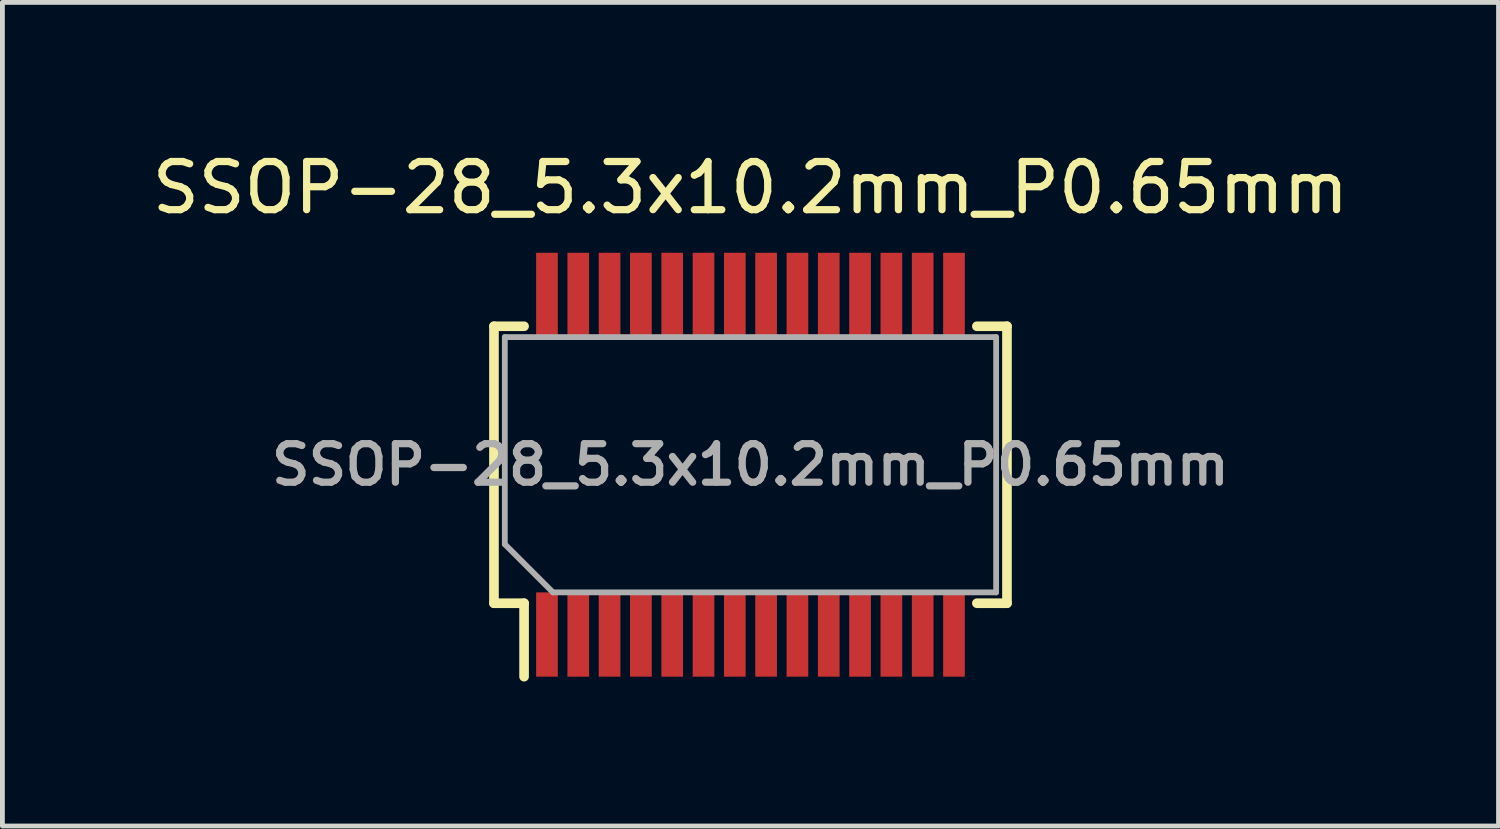
<source format=kicad_pcb>
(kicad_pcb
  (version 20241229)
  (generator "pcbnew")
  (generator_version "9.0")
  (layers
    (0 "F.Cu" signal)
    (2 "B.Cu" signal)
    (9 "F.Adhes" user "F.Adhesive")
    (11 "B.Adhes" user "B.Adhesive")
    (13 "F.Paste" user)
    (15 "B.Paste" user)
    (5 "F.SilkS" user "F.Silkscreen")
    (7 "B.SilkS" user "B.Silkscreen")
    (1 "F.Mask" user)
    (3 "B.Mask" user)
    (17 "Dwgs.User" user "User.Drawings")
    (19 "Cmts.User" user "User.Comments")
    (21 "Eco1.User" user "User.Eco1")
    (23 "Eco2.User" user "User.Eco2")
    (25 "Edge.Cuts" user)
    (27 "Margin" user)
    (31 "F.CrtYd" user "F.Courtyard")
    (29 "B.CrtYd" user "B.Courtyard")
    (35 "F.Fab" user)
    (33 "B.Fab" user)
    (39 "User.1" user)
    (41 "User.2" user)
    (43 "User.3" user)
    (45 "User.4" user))
  (footprint "SSOP-28_5.3x10.2mm_P0.65mm"
    (layer "F.Cu")
    (at 12.53 6.598)
    (property "Reference" "SSOP-28_5.3x10.2mm_P0.65mm" (at 0 -5.75 0) (layer "F.SilkS") (effects (font (size 1 1) (thickness 0.15))))
    (attr smd)
    (fp_line (start -5.325 -2.875) (end -4.7 -2.875) (stroke (width 0.2) (type solid)) (layer "F.SilkS"))
    (fp_line (start -5.325 2.875) (end -5.325 -2.875) (stroke (width 0.2) (type solid)) (layer "F.SilkS"))
    (fp_line (start -5.325 2.875) (end -4.7 2.875) (stroke (width 0.2) (type solid)) (layer "F.SilkS"))
    (fp_line (start -4.7 2.875) (end -4.7 4.4) (stroke (width 0.2) (type solid)) (layer "F.SilkS"))
    (fp_line (start 5.325 -2.875) (end 4.7 -2.875) (stroke (width 0.2) (type solid)) (layer "F.SilkS"))
    (fp_line (start 5.325 2.875) (end 4.7 2.875) (stroke (width 0.2) (type solid)) (layer "F.SilkS"))
    (fp_line (start 5.325 2.875) (end 5.325 -2.875) (stroke (width 0.2) (type solid)) (layer "F.SilkS"))
    (fp_line (start -5.1 -2.65) (end 5.1 -2.65) (stroke (width 0.12) (type solid)) (layer "F.Fab"))
    (fp_line (start -5.1 1.65) (end -5.1 -2.65) (stroke (width 0.12) (type solid)) (layer "F.Fab"))
    (fp_line (start -5.1 1.65) (end -4.1 2.65) (stroke (width 0.12) (type solid)) (layer "F.Fab"))
    (fp_line (start -4.1 2.65) (end 5.1 2.65) (stroke (width 0.12) (type solid)) (layer "F.Fab"))
    (fp_line (start 5.1 2.65) (end 5.1 -2.65) (stroke (width 0.12) (type solid)) (layer "F.Fab"))
    (fp_text user "${REFERENCE}" (at 0 0 0) (layer "F.Fab") (effects (font (size 0.8 0.8) (thickness 0.15))))
    (pad "1" smd rect (at -4.225 3.525) (size 0.45 1.75) (layers "F.Cu" "F.Mask" "F.Paste"))
    (pad "2" smd rect (at -3.575 3.525) (size 0.45 1.75) (layers "F.Cu" "F.Mask" "F.Paste"))
    (pad "3" smd rect (at -2.925 3.525) (size 0.45 1.75) (layers "F.Cu" "F.Mask" "F.Paste"))
    (pad "4" smd rect (at -2.275 3.525) (size 0.45 1.75) (layers "F.Cu" "F.Mask" "F.Paste"))
    (pad "5" smd rect (at -1.625 3.525) (size 0.45 1.75) (layers "F.Cu" "F.Mask" "F.Paste"))
    (pad "6" smd rect (at -0.975 3.525) (size 0.45 1.75) (layers "F.Cu" "F.Mask" "F.Paste"))
    (pad "7" smd rect (at -0.325 3.525) (size 0.45 1.75) (layers "F.Cu" "F.Mask" "F.Paste"))
    (pad "8" smd rect (at 0.325 3.525) (size 0.45 1.75) (layers "F.Cu" "F.Mask" "F.Paste"))
    (pad "9" smd rect (at 0.975 3.525) (size 0.45 1.75) (layers "F.Cu" "F.Mask" "F.Paste"))
    (pad "10" smd rect (at 1.625 3.525) (size 0.45 1.75) (layers "F.Cu" "F.Mask" "F.Paste"))
    (pad "11" smd rect (at 2.275 3.525) (size 0.45 1.75) (layers "F.Cu" "F.Mask" "F.Paste"))
    (pad "12" smd rect (at 2.925 3.525) (size 0.45 1.75) (layers "F.Cu" "F.Mask" "F.Paste"))
    (pad "13" smd rect (at 3.575 3.525) (size 0.45 1.75) (layers "F.Cu" "F.Mask" "F.Paste"))
    (pad "14" smd rect (at 4.225 3.525) (size 0.45 1.75) (layers "F.Cu" "F.Mask" "F.Paste"))
    (pad "15" smd rect (at 4.225 -3.525) (size 0.45 1.75) (layers "F.Cu" "F.Mask" "F.Paste"))
    (pad "16" smd rect (at 3.575 -3.525) (size 0.45 1.75) (layers "F.Cu" "F.Mask" "F.Paste"))
    (pad "17" smd rect (at 2.925 -3.525) (size 0.45 1.75) (layers "F.Cu" "F.Mask" "F.Paste"))
    (pad "18" smd rect (at 2.275 -3.525) (size 0.45 1.75) (layers "F.Cu" "F.Mask" "F.Paste"))
    (pad "19" smd rect (at 1.625 -3.525) (size 0.45 1.75) (layers "F.Cu" "F.Mask" "F.Paste"))
    (pad "20" smd rect (at 0.975 -3.525) (size 0.45 1.75) (layers "F.Cu" "F.Mask" "F.Paste"))
    (pad "21" smd rect (at 0.325 -3.525) (size 0.45 1.75) (layers "F.Cu" "F.Mask" "F.Paste"))
    (pad "22" smd rect (at -0.325 -3.525) (size 0.45 1.75) (layers "F.Cu" "F.Mask" "F.Paste"))
    (pad "23" smd rect (at -0.975 -3.525) (size 0.45 1.75) (layers "F.Cu" "F.Mask" "F.Paste"))
    (pad "24" smd rect (at -1.625 -3.525) (size 0.45 1.75) (layers "F.Cu" "F.Mask" "F.Paste"))
    (pad "25" smd rect (at -2.275 -3.525) (size 0.45 1.75) (layers "F.Cu" "F.Mask" "F.Paste"))
    (pad "26" smd rect (at -2.925 -3.525) (size 0.45 1.75) (layers "F.Cu" "F.Mask" "F.Paste"))
    (pad "27" smd rect (at -3.575 -3.525) (size 0.45 1.75) (layers "F.Cu" "F.Mask" "F.Paste"))
    (pad "28" smd rect (at -4.225 -3.525) (size 0.45 1.75) (layers "F.Cu" "F.Mask" "F.Paste")))
  (gr_rect
    (start -3 -3)
    (end 28.06 14.098)
    (stroke (width 0.1) (type default))
    (fill no)
    (layer "Edge.Cuts")))
</source>
